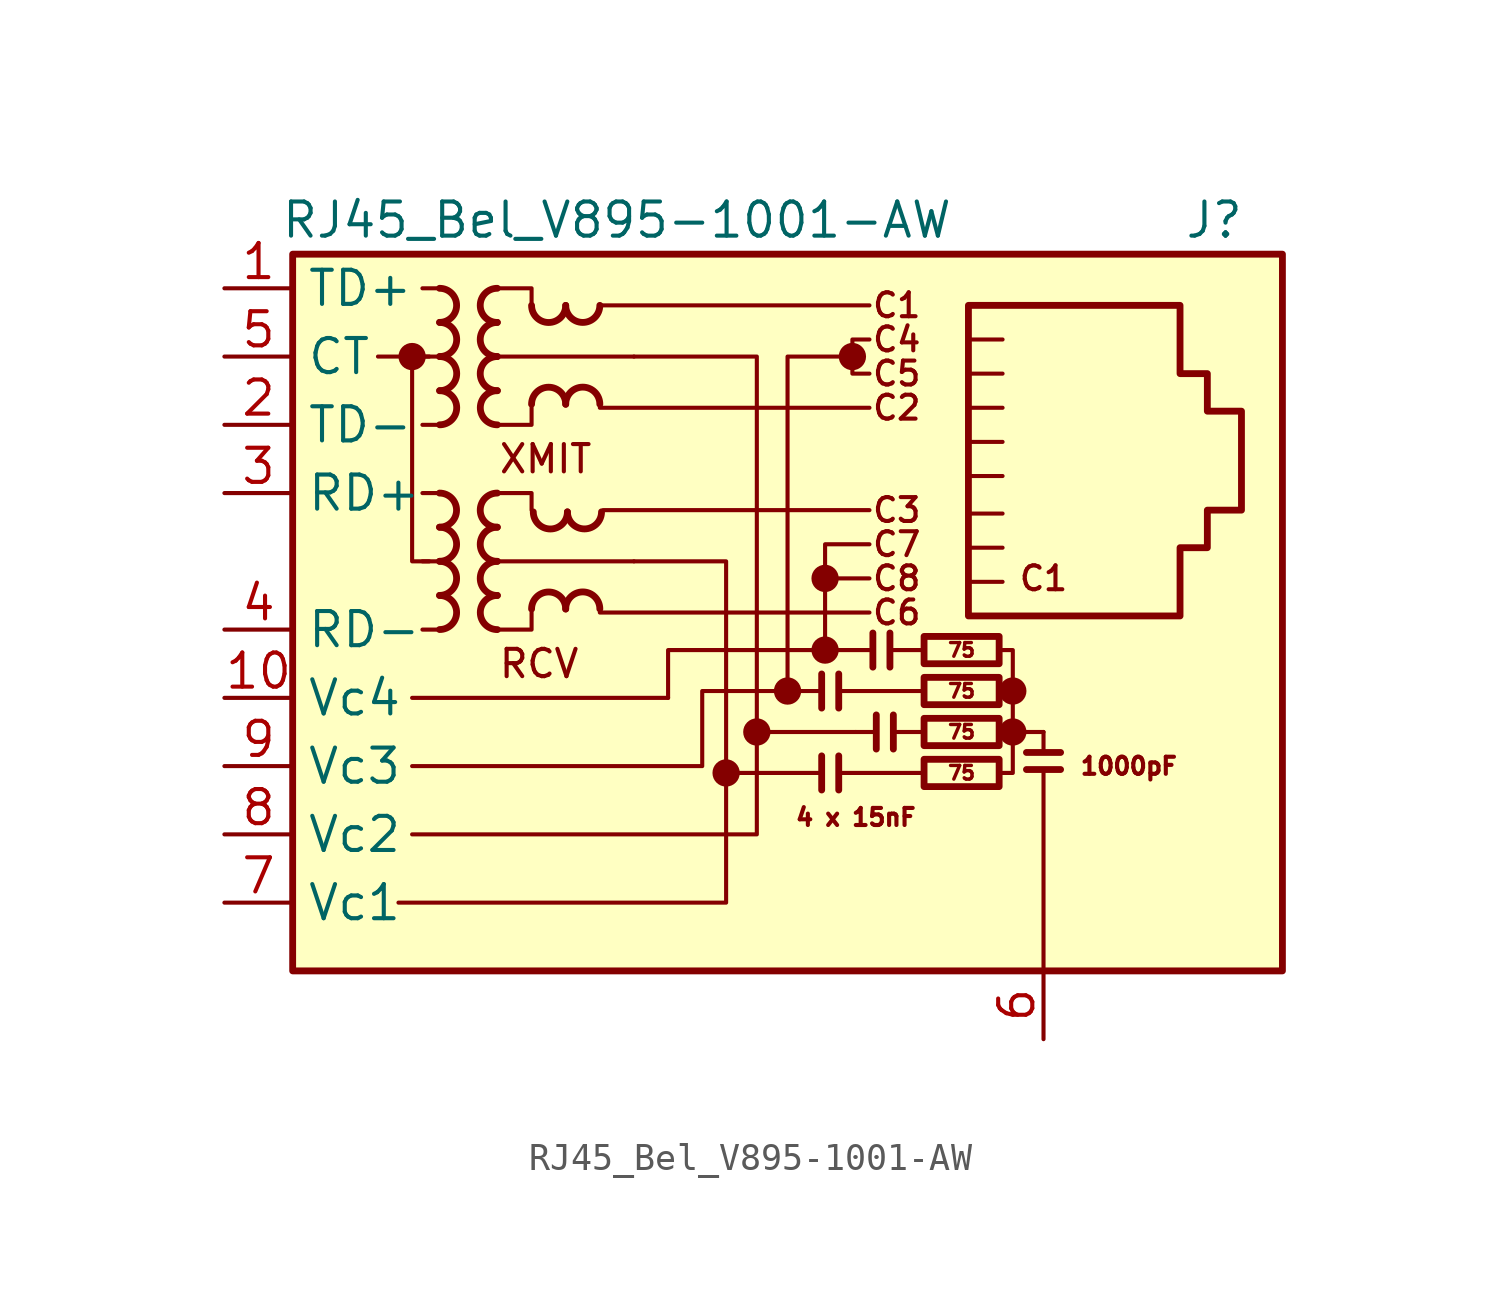
<source format=kicad_sym>
(kicad_symbol_lib
  (version 20241209)
  (generator "kicad_symbol_editor")
  (generator_version "9.0")
  (symbol "RJ45_Bel_V895-1001-AW"
    (property "Reference" "J"
      (at 16.51 15.24 0)
      (effects (font (size 1.27 1.27))))
    (property "Value" "RJ45_Bel_V895-1001-AW"
      (at -5.715 15.24 0)
      (effects (font (size 1.27 1.27))))
    (symbol "RJ45_Bel_V895-1001-AW_0_0"
      (circle (center -13.335 10.16) (radius 0.0001) (stroke (width 0.508) (type default)) (fill (type none)))
      (circle (center -1.651 -5.334) (radius 0.0001) (stroke (width 0.508) (type default)) (fill (type none)))
      (circle (center -0.508 -3.81) (radius 0.0001) (stroke (width 0.508) (type default)) (fill (type none)))
      (circle (center 0.635 -2.286) (radius 0.0001) (stroke (width 0.508) (type default)) (fill (type none)))
      (polyline (pts (xy 1.905 -1.651) (xy 1.905 -2.921)) (stroke (width 0.254) (type default)) (fill (type none)))
      (polyline (pts (xy 1.905 -4.699) (xy 1.905 -5.969)) (stroke (width 0.254) (type default)) (fill (type none)))
      (circle (center 2.032 1.905) (radius 0.0001) (stroke (width 0.508) (type default)) (fill (type none)))
      (circle (center 2.032 -0.762) (radius 0.0001) (stroke (width 0.508) (type default)) (fill (type none)))
      (polyline (pts (xy 2.54 -1.651) (xy 2.54 -2.921)) (stroke (width 0.254) (type default)) (fill (type none)))
      (polyline (pts (xy 2.54 -4.699) (xy 2.54 -5.969)) (stroke (width 0.254) (type default)) (fill (type none)))
      (circle (center 3.048 10.16) (radius 0.0001) (stroke (width 0.508) (type default)) (fill (type none)))
      (polyline (pts (xy 3.683 10.795) (xy 3.048 10.795) (xy 3.048 9.525) (xy 3.683 9.525)) (stroke (width 0) (type default)) (fill (type none)))
      (polyline (pts (xy 3.683 3.175) (xy 2.032 3.175) (xy 2.032 1.905) (xy 3.683 1.905)) (stroke (width 0) (type default)) (fill (type none)))
      (polyline (pts (xy 3.81 -0.127) (xy 3.81 -1.397)) (stroke (width 0.254) (type default)) (fill (type none)))
      (polyline (pts (xy 3.937 -3.175) (xy 3.937 -4.445)) (stroke (width 0.254) (type default)) (fill (type none)))
      (polyline (pts (xy 4.445 -0.127) (xy 4.445 -1.397)) (stroke (width 0.254) (type default)) (fill (type none)))
      (polyline (pts (xy 4.572 -3.175) (xy 4.572 -4.445)) (stroke (width 0.254) (type default)) (fill (type none)))
      (polyline (pts (xy 8.636 -2.286) (xy 9.017 -2.286) (xy 9.017 -0.762) (xy 8.636 -0.762)) (stroke (width 0) (type default)) (fill (type none)))
      (polyline (pts (xy 8.636 -5.334) (xy 9.017 -5.334) (xy 9.017 -3.81) (xy 8.636 -3.81)) (stroke (width 0) (type default)) (fill (type none)))
      (circle (center 9.017 -2.286) (radius 0.0001) (stroke (width 0.508) (type default)) (fill (type none)))
      (polyline (pts (xy 9.017 -3.81) (xy 10.16 -3.81)) (stroke (width 0) (type default)) (fill (type none)))
      (circle (center 9.017 -3.81) (radius 0.0001) (stroke (width 0.508) (type default)) (fill (type none)))
      (polyline (pts (xy 9.525 -4.572) (xy 10.795 -4.572)) (stroke (width 0.254) (type default)) (fill (type none)))
      (polyline (pts (xy 9.525 -5.207) (xy 10.795 -5.207)) (stroke (width 0.254) (type default)) (fill (type none)))
      (text "XMIT" (at -10.16 6.35 0) (effects (font (size 1.016 1.016)) (justify left)))
      (text "RCV" (at -10.16 -1.27 0) (effects (font (size 1.016 1.016)) (justify left)))
      (text "C1" (at 4.699 12.065 0) (effects (font (size 0.889 0.889))))
      (text "C4" (at 4.699 10.795 0) (effects (font (size 0.889 0.889))))
      (text "C5" (at 4.699 9.525 0) (effects (font (size 0.889 0.889))))
      (text "C2" (at 4.699 8.255 0) (effects (font (size 0.889 0.889))))
      (text "C3" (at 4.699 4.445 0) (effects (font (size 0.889 0.889))))
      (text "C7" (at 4.699 3.175 0) (effects (font (size 0.889 0.889))))
      (text "C8" (at 4.699 1.905 0) (effects (font (size 0.889 0.889))))
      (text "C6" (at 4.699 0.635 0) (effects (font (size 0.889 0.889))))
      (text "C1" (at 10.16 1.905 0) (effects (font (size 0.889 0.889)))))
    (symbol "RJ45_Bel_V895-1001-AW_0_1"
      (rectangle (start -17.78 13.97) (end 19.05 -12.7) (stroke (width 0.254) (type default)) (fill (type background)))
      (polyline (pts (xy -12.316 12.7) (xy -12.951 12.7)) (stroke (width 0) (type default)) (fill (type none)))
      (polyline (pts (xy -12.316 10.16) (xy -12.951 10.16)) (stroke (width 0) (type default)) (fill (type none)))
      (polyline (pts (xy -12.316 7.62) (xy -12.951 7.62)) (stroke (width 0) (type default)) (fill (type none)))
      (polyline (pts (xy -12.316 5.08) (xy -12.951 5.08)) (stroke (width 0) (type default)) (fill (type none)))
      (polyline (pts (xy -12.316 2.54) (xy -12.951 2.54)) (stroke (width 0) (type default)) (fill (type none)))
      (polyline (pts (xy -12.316 0) (xy -12.951 0)) (stroke (width 0) (type default)) (fill (type none)))
      (polyline (pts (xy -10.16 12.7) (xy -8.89 12.7) (xy -8.89 12.065)) (stroke (width 0) (type default)) (fill (type none)))
      (polyline (pts (xy -10.16 5.08) (xy -8.89 5.08) (xy -8.89 4.445)) (stroke (width 0) (type default)) (fill (type none)))
      (polyline (pts (xy -8.89 8.255) (xy -8.89 7.62) (xy -10.16 7.62)) (stroke (width 0) (type default)) (fill (type none)))
      (polyline (pts (xy -8.89 0.635) (xy -8.89 0) (xy -10.16 0)) (stroke (width 0) (type default)) (fill (type none)))
      (polyline (pts (xy -6.35 12.065) (xy 3.683 12.065)) (stroke (width 0) (type default)) (fill (type none)))
      (polyline (pts (xy -6.35 8.255) (xy 3.683 8.255)) (stroke (width 0) (type default)) (fill (type none)))
      (polyline (pts (xy -6.35 0.635) (xy 3.683 0.635)) (stroke (width 0) (type default)) (fill (type none)))
      (polyline (pts (xy -6.223 4.445) (xy 3.683 4.445)) (stroke (width 0) (type default)) (fill (type none)))
      (polyline (pts (xy -5.08 10.16) (xy -10.16 10.16)) (stroke (width 0) (type default)) (fill (type none)))
      (polyline (pts (xy -5.08 10.16) (xy -0.508 10.16) (xy -0.508 -3.81)) (stroke (width 0) (type default)) (fill (type none)))
      (polyline (pts (xy -5.08 2.54) (xy -10.16 2.54)) (stroke (width 0) (type default)) (fill (type none)))
      (polyline (pts (xy -5.08 2.54) (xy -1.651 2.54) (xy -1.651 -5.334)) (stroke (width 0) (type default)) (fill (type none)))
      (polyline (pts (xy 7.366 8.255) (xy 8.636 8.255)) (stroke (width 0) (type default)) (fill (type none)))
      (polyline (pts (xy 7.366 6.985) (xy 8.636 6.985)) (stroke (width 0) (type default)) (fill (type none)))
      (polyline (pts (xy 7.366 5.715) (xy 8.636 5.715)) (stroke (width 0) (type default)) (fill (type none)))
      (polyline (pts (xy 7.366 4.318) (xy 8.636 4.318)) (stroke (width 0) (type default)) (fill (type none)))
      (polyline (pts (xy 7.366 3.048) (xy 8.636 3.048)) (stroke (width 0) (type default)) (fill (type none)))
      (polyline (pts (xy 8.636 10.795) (xy 7.366 10.795)) (stroke (width 0) (type default)) (fill (type none)))
      (polyline (pts (xy 8.636 9.525) (xy 7.366 9.525)) (stroke (width 0) (type default)) (fill (type none)))
      (polyline (pts (xy 8.636 1.778) (xy 7.366 1.778)) (stroke (width 0) (type default)) (fill (type none))))
    (symbol "RJ45_Bel_V895-1001-AW_1_0"
      (polyline (pts (xy -14.605 10.16) (xy -12.7 10.16)) (stroke (width 0) (type default)) (fill (type none)))
      (polyline (pts (xy -13.843 -10.16) (xy -1.651 -10.16) (xy -1.651 -5.334)) (stroke (width 0) (type default)) (fill (type none)))
      (polyline (pts (xy -13.335 10.16) (xy -13.335 2.54) (xy -12.7 2.54)) (stroke (width 0) (type default)) (fill (type none)))
      (polyline (pts (xy -13.335 -5.08) (xy -2.54 -5.08) (xy -2.54 -2.286) (xy 0.635 -2.286)) (stroke (width 0) (type default)) (fill (type none)))
      (polyline (pts (xy -13.335 -7.62) (xy -0.508 -7.62) (xy -0.508 -3.81)) (stroke (width 0) (type default)) (fill (type none)))
      (polyline (pts (xy 2.032 -0.762) (xy -3.81 -0.762) (xy -3.81 -2.54)) (stroke (width 0) (type default)) (fill (type none)))
      (polyline (pts (xy 3.175 -3.81) (xy -0.508 -3.81)) (stroke (width 0) (type default)) (fill (type none)))
      (text "4 x 15nF" (at 3.175 -6.985 0) (effects (font (size 0.635 0.635))))
      (text "1000pF" (at 13.335 -5.08 0) (effects (font (size 0.635 0.635)))))
    (symbol "RJ45_Bel_V895-1001-AW_1_1"
      (polyline (pts (xy -13.335 -2.54) (xy -3.81 -2.54)) (stroke (width 0) (type default)) (fill (type none)))
      (arc (start -12.3163 5.08) (mid -11.684 4.445) (end -12.3163 3.81) (stroke (width 0.254) (type default)) (fill (type none)))
      (arc (start -12.3136 12.7) (mid -11.6813 12.065) (end -12.3136 11.43) (stroke (width 0.254) (type default)) (fill (type none)))
      (arc (start -12.3136 3.81) (mid -11.6813 3.175) (end -12.3136 2.54) (stroke (width 0.254) (type default)) (fill (type none)))
      (arc (start -12.3136 2.54) (mid -11.6813 1.905) (end -12.3136 1.27) (stroke (width 0.254) (type default)) (fill (type none)))
      (arc (start -12.3136 1.27) (mid -11.6813 0.635) (end -12.3136 0) (stroke (width 0.254) (type default)) (fill (type none)))
      (arc (start -12.3109 11.43) (mid -11.6786 10.795) (end -12.3109 10.16) (stroke (width 0.254) (type default)) (fill (type none)))
      (arc (start -12.3109 10.16) (mid -11.6786 9.525) (end -12.3109 8.89) (stroke (width 0.254) (type default)) (fill (type none)))
      (arc (start -12.3109 8.89) (mid -11.6786 8.255) (end -12.3109 7.62) (stroke (width 0.254) (type default)) (fill (type none)))
      (arc (start -10.1654 11.43) (mid -10.7977 12.065) (end -10.1654 12.7) (stroke (width 0.254) (type default)) (fill (type none)))
      (arc (start -10.1654 10.16) (mid -10.7977 10.795) (end -10.1654 11.43) (stroke (width 0.254) (type default)) (fill (type none)))
      (arc (start -10.1654 8.89) (mid -10.7977 9.525) (end -10.1654 10.16) (stroke (width 0.254) (type default)) (fill (type none)))
      (arc (start -10.1654 3.81) (mid -10.7977 4.445) (end -10.1654 5.08) (stroke (width 0.254) (type default)) (fill (type none)))
      (arc (start -10.1654 2.54) (mid -10.7977 3.175) (end -10.1654 3.81) (stroke (width 0.254) (type default)) (fill (type none)))
      (arc (start -10.1654 1.27) (mid -10.7977 1.905) (end -10.1654 2.54) (stroke (width 0.254) (type default)) (fill (type none)))
      (arc (start -10.1627 7.62) (mid -10.795 8.255) (end -10.1627 8.89) (stroke (width 0.254) (type default)) (fill (type none)))
      (arc (start -10.1627 0) (mid -10.795 0.635) (end -10.1627 1.27) (stroke (width 0.254) (type default)) (fill (type none)))
      (arc (start -7.62 12.0623) (mid -8.255 11.43) (end -8.89 12.0623) (stroke (width 0.254) (type default)) (fill (type none)))
      (arc (start -8.89 8.3847) (mid -8.255 9.017) (end -7.62 8.3847) (stroke (width 0.254) (type default)) (fill (type none)))
      (arc (start -8.89 0.7647) (mid -8.255 1.397) (end -7.62 0.7647) (stroke (width 0.254) (type default)) (fill (type none)))
      (arc (start -7.5565 4.3788) (mid -8.1915 3.7465) (end -8.8265 4.3788) (stroke (width 0.254) (type default)) (fill (type none)))
      (arc (start -6.35 12.065) (mid -6.985 11.4327) (end -7.62 12.065) (stroke (width 0.254) (type default)) (fill (type none)))
      (arc (start -7.62 8.3874) (mid -6.985 9.0197) (end -6.35 8.3874) (stroke (width 0.254) (type default)) (fill (type none)))
      (arc (start -7.62 0.7674) (mid -6.985 1.3997) (end -6.35 0.7674) (stroke (width 0.254) (type default)) (fill (type none)))
      (arc (start -6.2865 4.3815) (mid -6.9215 3.7492) (end -7.5565 4.3815) (stroke (width 0.254) (type default)) (fill (type none)))
      (polyline (pts (xy -1.651 -5.334) (xy 1.905 -5.334)) (stroke (width 0) (type default)) (fill (type none)))
      (polyline (pts (xy 1.905 -2.286) (xy 0.635 -2.286)) (stroke (width 0) (type default)) (fill (type none)))
      (polyline (pts (xy 2.032 1.905) (xy 2.032 -0.762)) (stroke (width 0) (type default)) (fill (type none)))
      (polyline (pts (xy 2.032 -0.762) (xy 3.683 -0.762)) (stroke (width 0) (type default)) (fill (type none)))
      (polyline (pts (xy 2.54 -5.334) (xy 5.715 -5.334)) (stroke (width 0) (type default)) (fill (type none)))
      (polyline (pts (xy 3.048 10.16) (xy 0.635 10.16) (xy 0.635 -2.286)) (stroke (width 0) (type default)) (fill (type none)))
      (polyline (pts (xy 3.175 -3.81) (xy 3.81 -3.81)) (stroke (width 0) (type default)) (fill (type none)))
      (polyline (pts (xy 4.572 -0.762) (xy 5.588 -0.762)) (stroke (width 0) (type default)) (fill (type none)))
      (polyline (pts (xy 4.699 -3.81) (xy 5.715 -3.81)) (stroke (width 0) (type default)) (fill (type none)))
      (polyline (pts (xy 5.588 -2.286) (xy 2.54 -2.286)) (stroke (width 0) (type default)) (fill (type none)))
      (rectangle (start 5.715 -0.254) (end 8.509 -1.27) (stroke (width 0.254) (type default)) (fill (type none)))
      (rectangle (start 5.715 -1.778) (end 8.509 -2.794) (stroke (width 0.254) (type default)) (fill (type none)))
      (rectangle (start 5.715 -3.302) (end 8.509 -4.318) (stroke (width 0.254) (type default)) (fill (type none)))
      (rectangle (start 5.715 -4.826) (end 8.509 -5.842) (stroke (width 0.254) (type default)) (fill (type none)))
      (polyline (pts (xy 7.366 0.508) (xy 7.366 12.065) (xy 15.24 12.065) (xy 15.24 9.525) (xy 16.256 9.525) (xy 16.256 8.128) (xy 17.526 8.128) (xy 17.526 4.445) (xy 16.256 4.445) (xy 16.256 3.048) (xy 15.24 3.048) (xy 15.24 0.508) (xy 7.366 0.508)) (stroke (width 0.254) (type default)) (fill (type none)))
      (polyline (pts (xy 9.017 -2.286) (xy 9.017 -3.81)) (stroke (width 0) (type default)) (fill (type none)))
      (polyline (pts (xy 10.16 -3.81) (xy 10.16 -4.572)) (stroke (width 0) (type default)) (fill (type none)))
      (polyline (pts (xy 10.16 -5.334) (xy 10.16 -12.7)) (stroke (width 0) (type default)) (fill (type none)))
      (text "75" (at 7.112 -0.762 0) (effects (font (size 0.508 0.508))))
      (text "75" (at 7.112 -2.286 0) (effects (font (size 0.508 0.508))))
      (text "75" (at 7.112 -3.81 0) (effects (font (size 0.508 0.508))))
      (text "75" (at 7.112 -5.334 0) (effects (font (size 0.508 0.508))))
      (pin passive line (at -20.32 12.7 0) (length 2.54) (name "TD+" (effects (font (size 1.27 1.27)))) (number "1" (effects (font (size 1.27 1.27)))))
      (pin passive line (at -20.32 10.16 0) (length 2.54) (name "CT" (effects (font (size 1.27 1.27)))) (number "5" (effects (font (size 1.27 1.27)))))
      (pin passive line (at -20.32 7.62 0) (length 2.54) (name "TD-" (effects (font (size 1.27 1.27)))) (number "2" (effects (font (size 1.27 1.27)))))
      (pin passive line (at -20.32 5.08 0) (length 2.54) (name "RD+" (effects (font (size 1.27 1.27)))) (number "3" (effects (font (size 1.27 1.27)))))
      (pin passive line (at -20.32 0 0) (length 2.54) (name "RD-" (effects (font (size 1.27 1.27)))) (number "4" (effects (font (size 1.27 1.27)))))
      (pin passive line (at -20.32 -2.54 0) (length 2.54) (name "Vc4" (effects (font (size 1.27 1.27)))) (number "10" (effects (font (size 1.27 1.27)))))
      (pin passive line (at -20.32 -5.08 0) (length 2.54) (name "Vc3" (effects (font (size 1.27 1.27)))) (number "9" (effects (font (size 1.27 1.27)))))
      (pin passive line (at -20.32 -7.62 0) (length 2.54) (name "Vc2" (effects (font (size 1.27 1.27)))) (number "8" (effects (font (size 1.27 1.27)))))
      (pin passive line (at -20.32 -10.16 0) (length 2.54) (name "Vc1" (effects (font (size 1.27 1.27)))) (number "7" (effects (font (size 1.27 1.27)))))
      (pin passive line (at 10.16 -15.24 90) (length 2.54) (name "" (effects (font (size 1.27 1.27)))) (number "6" (effects (font (size 1.27 1.27))))))))
</source>
